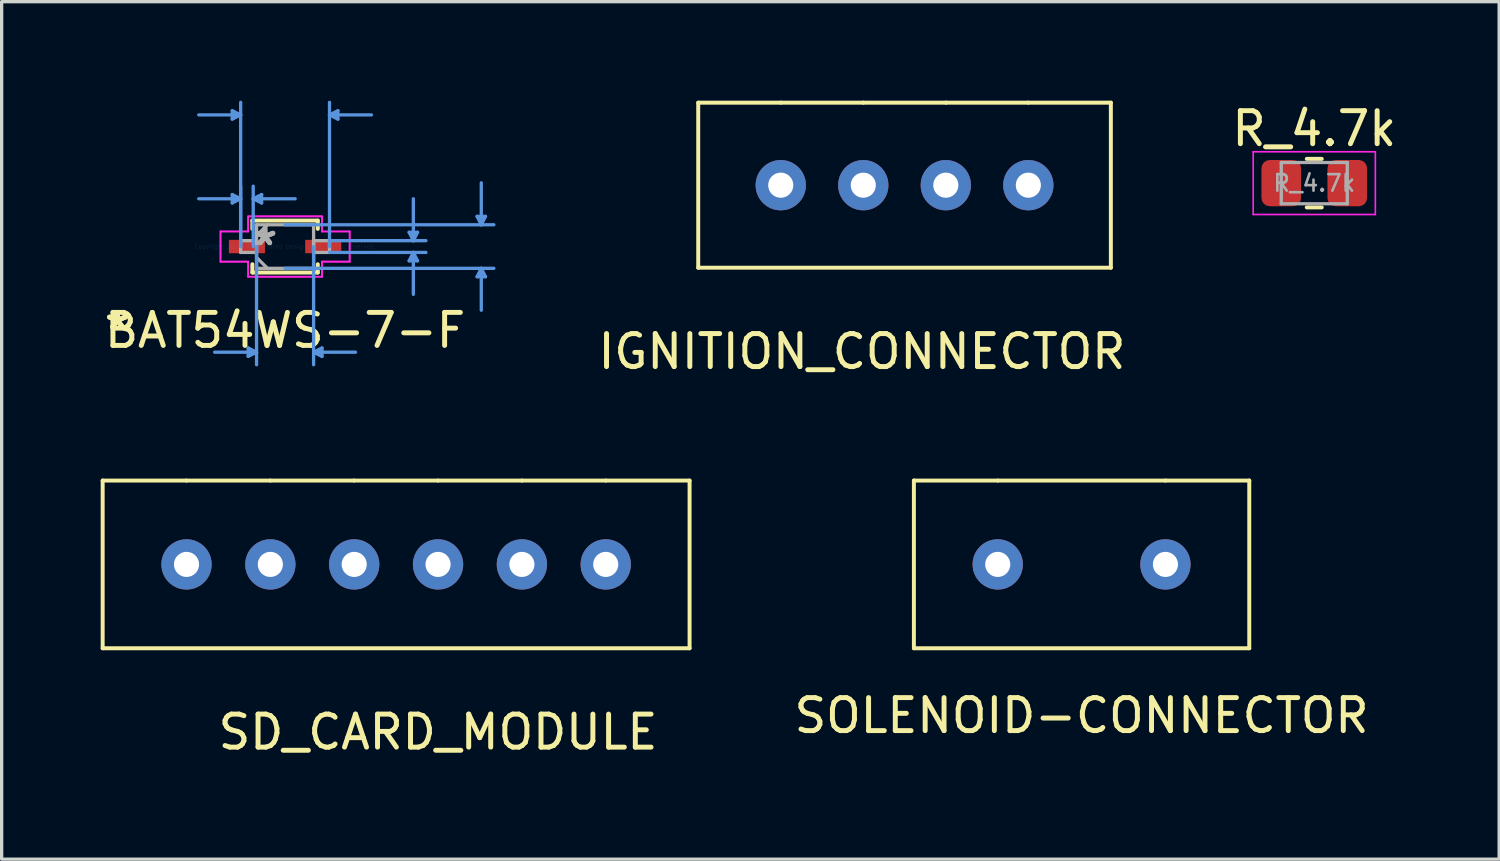
<source format=kicad_pcb>
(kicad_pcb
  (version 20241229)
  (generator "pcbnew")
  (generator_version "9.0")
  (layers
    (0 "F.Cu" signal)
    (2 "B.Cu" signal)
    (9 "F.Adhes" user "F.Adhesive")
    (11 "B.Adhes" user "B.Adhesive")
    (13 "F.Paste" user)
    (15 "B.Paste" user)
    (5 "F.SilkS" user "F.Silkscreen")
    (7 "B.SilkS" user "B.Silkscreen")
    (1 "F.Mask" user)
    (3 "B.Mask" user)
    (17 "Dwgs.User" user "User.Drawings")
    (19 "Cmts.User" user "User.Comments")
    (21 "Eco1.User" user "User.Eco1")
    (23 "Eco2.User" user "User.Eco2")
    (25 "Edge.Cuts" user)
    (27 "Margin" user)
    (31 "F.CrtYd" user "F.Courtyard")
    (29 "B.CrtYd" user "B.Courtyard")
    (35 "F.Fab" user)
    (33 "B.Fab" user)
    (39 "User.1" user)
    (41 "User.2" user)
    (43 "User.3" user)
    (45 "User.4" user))
  (footprint "SOLENOID-CONNECTOR"
    (layer "F.Cu")
    (at 34.795 19.128)
    (property "Reference" "SOLENOID-CONNECTOR" (at -5.08 -0.5 0) (unlocked yes) (layer "F.SilkS") (effects (font (size 1 1) (thickness 0.15))))
    (attr through_hole)
    (fp_line (start -10.16 -7.62) (end -7.62 -7.62) (stroke (width 0.12) (type solid)) (layer "F.SilkS"))
    (fp_line (start -10.16 -2.54) (end -10.16 -7.62) (stroke (width 0.12) (type solid)) (layer "F.SilkS"))
    (fp_line (start -7.62 -7.62) (end -2.54 -7.62) (stroke (width 0.12) (type solid)) (layer "F.SilkS"))
    (fp_line (start -2.54 -7.62) (end 0 -7.62) (stroke (width 0.12) (type solid)) (layer "F.SilkS"))
    (fp_line (start 0 -7.62) (end 0 -2.54) (stroke (width 0.12) (type solid)) (layer "F.SilkS"))
    (fp_line (start 0 -2.54) (end -10.16 -2.54) (stroke (width 0.12) (type solid)) (layer "F.SilkS"))
    (pad "1" thru_hole circle (at -7.62 -5.08) (size 1.524 1.524) (drill 0.762) (layers "*.Cu" "*.Mask"))
    (pad "2" thru_hole circle (at -2.54 -5.08) (size 1.524 1.524) (drill 0.762) (layers "*.Cu" "*.Mask")))
  (footprint "R_4.7k"
    (layer "F.Cu")
    (at 36.764 2.498)
    (property "Reference" "R_4.7k" (at 0 -1.65 0) (layer "F.SilkS") (effects (font (size 1 1) (thickness 0.15))))
    (attr smd)
    (fp_line (start -0.227 -0.735) (end 0.227 -0.735) (stroke (width 0.12) (type solid)) (layer "F.SilkS"))
    (fp_line (start -0.227 0.735) (end 0.227 0.735) (stroke (width 0.12) (type solid)) (layer "F.SilkS"))
    (fp_line (start -1.85 -0.95) (end 1.85 -0.95) (stroke (width 0.05) (type solid)) (layer "F.CrtYd"))
    (fp_line (start -1.85 0.95) (end -1.85 -0.95) (stroke (width 0.05) (type solid)) (layer "F.CrtYd"))
    (fp_line (start 1.85 -0.95) (end 1.85 0.95) (stroke (width 0.05) (type solid)) (layer "F.CrtYd"))
    (fp_line (start 1.85 0.95) (end -1.85 0.95) (stroke (width 0.05) (type solid)) (layer "F.CrtYd"))
    (fp_line (start -1 -0.625) (end 1 -0.625) (stroke (width 0.1) (type solid)) (layer "F.Fab"))
    (fp_line (start -1 0.625) (end -1 -0.625) (stroke (width 0.1) (type solid)) (layer "F.Fab"))
    (fp_line (start 1 -0.625) (end 1 0.625) (stroke (width 0.1) (type solid)) (layer "F.Fab"))
    (fp_line (start 1 0.625) (end -1 0.625) (stroke (width 0.1) (type solid)) (layer "F.Fab"))
    (fp_text user "${REFERENCE}" (at 0 0 0) (layer "F.Fab") (effects (font (size 0.5 0.5) (thickness 0.08))))
    (pad "1" smd roundrect (at -1 0) (size 1.2 1.4) (layers "F.Cu" "F.Mask" "F.Paste") (roundrect_rratio 0.208))
    (pad "2" smd roundrect (at 1 0) (size 1.2 1.4) (layers "F.Cu" "F.Mask" "F.Paste") (roundrect_rratio 0.208)))
  (footprint "IGNITION_CONNECTOR"
    (layer "F.Cu")
    (at 25.602 5.06)
    (property "Reference" "IGNITION_CONNECTOR" (at -2.54 2.54 0) (unlocked yes) (layer "F.SilkS") (effects (font (size 1 1) (thickness 0.15))))
    (attr through_hole)
    (fp_line (start -7.5 -5) (end -5 -5) (stroke (width 0.12) (type solid)) (layer "F.SilkS"))
    (fp_line (start -7.5 0) (end -7.5 -5) (stroke (width 0.12) (type solid)) (layer "F.SilkS"))
    (fp_line (start -5 -5) (end -2.5 -5) (stroke (width 0.12) (type solid)) (layer "F.SilkS"))
    (fp_line (start -2.5 -5) (end 0 -5) (stroke (width 0.12) (type solid)) (layer "F.SilkS"))
    (fp_line (start 0 -5) (end 2.5 -5) (stroke (width 0.12) (type solid)) (layer "F.SilkS"))
    (fp_line (start 2.5 -5) (end 5 -5) (stroke (width 0.12) (type solid)) (layer "F.SilkS"))
    (fp_line (start 5 -5) (end 5 0) (stroke (width 0.12) (type solid)) (layer "F.SilkS"))
    (fp_line (start 5 0) (end -7.5 0) (stroke (width 0.12) (type solid)) (layer "F.SilkS"))
    (pad "1" thru_hole circle (at -5 -2.5) (size 1.524 1.524) (drill 0.762) (layers "*.Cu" "*.Mask"))
    (pad "2" thru_hole circle (at -2.5 -2.5) (size 1.524 1.524) (drill 0.762) (layers "*.Cu" "*.Mask"))
    (pad "3" thru_hole circle (at 0 -2.5) (size 1.524 1.524) (drill 0.762) (layers "*.Cu" "*.Mask"))
    (pad "4" thru_hole circle (at 2.5 -2.5) (size 1.524 1.524) (drill 0.762) (layers "*.Cu" "*.Mask")))
  (footprint "SD_CARD_MODULE"
    (layer "F.Cu")
    (at 10.22 16.588)
    (property "Reference" "SD_CARD_MODULE" (at 0 2.54 0) (unlocked yes) (layer "F.SilkS") (effects (font (size 1 1) (thickness 0.15))))
    (attr through_hole)
    (fp_line (start -10.16 -5.08) (end -10.16 0) (stroke (width 0.12) (type solid)) (layer "F.SilkS"))
    (fp_line (start -10.16 0) (end 7.62 0) (stroke (width 0.12) (type solid)) (layer "F.SilkS"))
    (fp_line (start -7.62 -5.08) (end -10.16 -5.08) (stroke (width 0.12) (type solid)) (layer "F.SilkS"))
    (fp_line (start -7.62 -5.08) (end -5.08 -5.08) (stroke (width 0.12) (type solid)) (layer "F.SilkS"))
    (fp_line (start -5.08 -5.08) (end -2.54 -5.08) (stroke (width 0.12) (type solid)) (layer "F.SilkS"))
    (fp_line (start -2.54 -5.08) (end 0 -5.08) (stroke (width 0.12) (type solid)) (layer "F.SilkS"))
    (fp_line (start 0 -5.08) (end 2.54 -5.08) (stroke (width 0.12) (type solid)) (layer "F.SilkS"))
    (fp_line (start 2.54 -5.08) (end 5.08 -5.08) (stroke (width 0.12) (type solid)) (layer "F.SilkS"))
    (fp_line (start 5.08 -5.08) (end 7.62 -5.08) (stroke (width 0.12) (type solid)) (layer "F.SilkS"))
    (fp_line (start 7.62 0) (end 7.62 -5.08) (stroke (width 0.12) (type solid)) (layer "F.SilkS"))
    (pad "1" thru_hole circle (at -7.62 -2.54) (size 1.524 1.524) (drill 0.762) (layers "*.Cu" "*.Mask"))
    (pad "2" thru_hole circle (at -5.08 -2.54) (size 1.524 1.524) (drill 0.762) (layers "*.Cu" "*.Mask"))
    (pad "3" thru_hole circle (at -2.54 -2.54) (size 1.524 1.524) (drill 0.762) (layers "*.Cu" "*.Mask"))
    (pad "4" thru_hole circle (at 0 -2.54) (size 1.524 1.524) (drill 0.762) (layers "*.Cu" "*.Mask"))
    (pad "5" thru_hole circle (at 2.54 -2.54) (size 1.524 1.524) (drill 0.762) (layers "*.Cu" "*.Mask"))
    (pad "6" thru_hole circle (at 5.08 -2.54) (size 1.524 1.524) (drill 0.762) (layers "*.Cu" "*.Mask")))
  (footprint "BAT54WS-7-F"
    (layer "F.Cu")
    (at 5.586 4.419)
    (property "Reference" "BAT54WS-7-F" (at 0 2.54 0) (layer "F.SilkS") (effects (font (size 1 1) (thickness 0.15))))
    (attr through_hole)
    (fp_line (start -0.991 -0.787) (end -0.991 -0.536) (stroke (width 0.12) (type solid)) (layer "F.SilkS"))
    (fp_line (start -0.991 0.536) (end -0.991 0.787) (stroke (width 0.12) (type solid)) (layer "F.SilkS"))
    (fp_line (start -0.991 0.787) (end 0.991 0.787) (stroke (width 0.12) (type solid)) (layer "F.SilkS"))
    (fp_line (start 0.991 -0.787) (end -0.991 -0.787) (stroke (width 0.12) (type solid)) (layer "F.SilkS"))
    (fp_line (start 0.991 -0.536) (end 0.991 -0.787) (stroke (width 0.12) (type solid)) (layer "F.SilkS"))
    (fp_line (start 0.991 0.787) (end 0.991 0.536) (stroke (width 0.12) (type solid)) (layer "F.SilkS"))
    (fp_line (start -1.6 -4.115) (end -1.6 -3.861) (stroke (width 0.1) (type solid)) (layer "Cmts.User"))
    (fp_line (start -1.6 -1.575) (end -1.6 -1.321) (stroke (width 0.1) (type solid)) (layer "Cmts.User"))
    (fp_line (start -1.346 -3.988) (end -2.616 -3.988) (stroke (width 0.1) (type solid)) (layer "Cmts.User"))
    (fp_line (start -1.346 -3.988) (end -1.6 -4.115) (stroke (width 0.1) (type solid)) (layer "Cmts.User"))
    (fp_line (start -1.346 -3.988) (end -1.6 -3.861) (stroke (width 0.1) (type solid)) (layer "Cmts.User"))
    (fp_line (start -1.346 -1.448) (end -2.616 -1.448) (stroke (width 0.1) (type solid)) (layer "Cmts.User"))
    (fp_line (start -1.346 -1.448) (end -1.6 -1.575) (stroke (width 0.1) (type solid)) (layer "Cmts.User"))
    (fp_line (start -1.346 -1.448) (end -1.6 -1.321) (stroke (width 0.1) (type solid)) (layer "Cmts.User"))
    (fp_line (start -1.346 0) (end -1.346 -4.369) (stroke (width 0.1) (type solid)) (layer "Cmts.User"))
    (fp_line (start -1.346 0) (end -1.346 -1.829) (stroke (width 0.1) (type solid)) (layer "Cmts.User"))
    (fp_line (start -1.118 3.073) (end -1.118 3.327) (stroke (width 0.1) (type solid)) (layer "Cmts.User"))
    (fp_line (start -0.965 -1.448) (end -0.711 -1.575) (stroke (width 0.1) (type solid)) (layer "Cmts.User"))
    (fp_line (start -0.965 -1.448) (end -0.711 -1.321) (stroke (width 0.1) (type solid)) (layer "Cmts.User"))
    (fp_line (start -0.965 -1.448) (end 0.305 -1.448) (stroke (width 0.1) (type solid)) (layer "Cmts.User"))
    (fp_line (start -0.965 0) (end -0.965 -1.829) (stroke (width 0.1) (type solid)) (layer "Cmts.User"))
    (fp_line (start -0.864 0) (end -0.864 3.581) (stroke (width 0.1) (type solid)) (layer "Cmts.User"))
    (fp_line (start -0.864 3.2) (end -2.134 3.2) (stroke (width 0.1) (type solid)) (layer "Cmts.User"))
    (fp_line (start -0.864 3.2) (end -1.118 3.073) (stroke (width 0.1) (type solid)) (layer "Cmts.User"))
    (fp_line (start -0.864 3.2) (end -1.118 3.327) (stroke (width 0.1) (type solid)) (layer "Cmts.User"))
    (fp_line (start -0.711 -1.575) (end -0.711 -1.321) (stroke (width 0.1) (type solid)) (layer "Cmts.User"))
    (fp_line (start 0 -0.66) (end 6.325 -0.66) (stroke (width 0.1) (type solid)) (layer "Cmts.User"))
    (fp_line (start 0 0.66) (end 6.325 0.66) (stroke (width 0.1) (type solid)) (layer "Cmts.User"))
    (fp_line (start 0.864 0) (end 0.864 3.581) (stroke (width 0.1) (type solid)) (layer "Cmts.User"))
    (fp_line (start 0.864 3.2) (end 1.118 3.073) (stroke (width 0.1) (type solid)) (layer "Cmts.User"))
    (fp_line (start 0.864 3.2) (end 1.118 3.327) (stroke (width 0.1) (type solid)) (layer "Cmts.User"))
    (fp_line (start 0.864 3.2) (end 2.134 3.2) (stroke (width 0.1) (type solid)) (layer "Cmts.User"))
    (fp_line (start 1.118 3.073) (end 1.118 3.327) (stroke (width 0.1) (type solid)) (layer "Cmts.User"))
    (fp_line (start 1.346 -3.988) (end 1.6 -4.115) (stroke (width 0.1) (type solid)) (layer "Cmts.User"))
    (fp_line (start 1.346 -3.988) (end 1.6 -3.861) (stroke (width 0.1) (type solid)) (layer "Cmts.User"))
    (fp_line (start 1.346 -3.988) (end 2.616 -3.988) (stroke (width 0.1) (type solid)) (layer "Cmts.User"))
    (fp_line (start 1.346 -0.178) (end 4.267 -0.178) (stroke (width 0.1) (type solid)) (layer "Cmts.User"))
    (fp_line (start 1.346 0) (end 1.346 -4.369) (stroke (width 0.1) (type solid)) (layer "Cmts.User"))
    (fp_line (start 1.346 0.178) (end 4.267 0.178) (stroke (width 0.1) (type solid)) (layer "Cmts.User"))
    (fp_line (start 1.6 -4.115) (end 1.6 -3.861) (stroke (width 0.1) (type solid)) (layer "Cmts.User"))
    (fp_line (start 3.759 -0.432) (end 4.013 -0.432) (stroke (width 0.1) (type solid)) (layer "Cmts.User"))
    (fp_line (start 3.759 0.432) (end 4.013 0.432) (stroke (width 0.1) (type solid)) (layer "Cmts.User"))
    (fp_line (start 3.886 -0.178) (end 3.759 -0.432) (stroke (width 0.1) (type solid)) (layer "Cmts.User"))
    (fp_line (start 3.886 -0.178) (end 3.886 -1.448) (stroke (width 0.1) (type solid)) (layer "Cmts.User"))
    (fp_line (start 3.886 -0.178) (end 4.013 -0.432) (stroke (width 0.1) (type solid)) (layer "Cmts.User"))
    (fp_line (start 3.886 0.178) (end 3.759 0.432) (stroke (width 0.1) (type solid)) (layer "Cmts.User"))
    (fp_line (start 3.886 0.178) (end 3.886 1.448) (stroke (width 0.1) (type solid)) (layer "Cmts.User"))
    (fp_line (start 3.886 0.178) (end 4.013 0.432) (stroke (width 0.1) (type solid)) (layer "Cmts.User"))
    (fp_line (start 5.817 -0.914) (end 6.071 -0.914) (stroke (width 0.1) (type solid)) (layer "Cmts.User"))
    (fp_line (start 5.817 0.914) (end 6.071 0.914) (stroke (width 0.1) (type solid)) (layer "Cmts.User"))
    (fp_line (start 5.944 -0.66) (end 5.817 -0.914) (stroke (width 0.1) (type solid)) (layer "Cmts.User"))
    (fp_line (start 5.944 -0.66) (end 5.944 -1.93) (stroke (width 0.1) (type solid)) (layer "Cmts.User"))
    (fp_line (start 5.944 -0.66) (end 6.071 -0.914) (stroke (width 0.1) (type solid)) (layer "Cmts.User"))
    (fp_line (start 5.944 0.66) (end 5.817 0.914) (stroke (width 0.1) (type solid)) (layer "Cmts.User"))
    (fp_line (start 5.944 0.66) (end 5.944 1.93) (stroke (width 0.1) (type solid)) (layer "Cmts.User"))
    (fp_line (start 5.944 0.66) (end 6.071 0.914) (stroke (width 0.1) (type solid)) (layer "Cmts.User"))
    (fp_line (start -1.956 -0.457) (end -1.118 -0.457) (stroke (width 0.05) (type solid)) (layer "F.CrtYd"))
    (fp_line (start -1.956 -0.457) (end -1.118 -0.457) (stroke (width 0.05) (type solid)) (layer "F.CrtYd"))
    (fp_line (start -1.956 0.457) (end -1.956 -0.457) (stroke (width 0.05) (type solid)) (layer "F.CrtYd"))
    (fp_line (start -1.956 0.457) (end -1.956 -0.457) (stroke (width 0.05) (type solid)) (layer "F.CrtYd"))
    (fp_line (start -1.118 -0.914) (end 1.118 -0.914) (stroke (width 0.05) (type solid)) (layer "F.CrtYd"))
    (fp_line (start -1.118 -0.914) (end 1.118 -0.914) (stroke (width 0.05) (type solid)) (layer "F.CrtYd"))
    (fp_line (start -1.118 -0.457) (end -1.118 -0.914) (stroke (width 0.05) (type solid)) (layer "F.CrtYd"))
    (fp_line (start -1.118 -0.457) (end -1.118 -0.914) (stroke (width 0.05) (type solid)) (layer "F.CrtYd"))
    (fp_line (start -1.118 0.457) (end -1.956 0.457) (stroke (width 0.05) (type solid)) (layer "F.CrtYd"))
    (fp_line (start -1.118 0.457) (end -1.956 0.457) (stroke (width 0.05) (type solid)) (layer "F.CrtYd"))
    (fp_line (start -1.118 0.914) (end -1.118 0.457) (stroke (width 0.05) (type solid)) (layer "F.CrtYd"))
    (fp_line (start -1.118 0.914) (end -1.118 0.457) (stroke (width 0.05) (type solid)) (layer "F.CrtYd"))
    (fp_line (start 1.118 -0.914) (end 1.118 -0.457) (stroke (width 0.05) (type solid)) (layer "F.CrtYd"))
    (fp_line (start 1.118 -0.914) (end 1.118 -0.457) (stroke (width 0.05) (type solid)) (layer "F.CrtYd"))
    (fp_line (start 1.118 -0.457) (end 1.956 -0.457) (stroke (width 0.05) (type solid)) (layer "F.CrtYd"))
    (fp_line (start 1.118 -0.457) (end 1.956 -0.457) (stroke (width 0.05) (type solid)) (layer "F.CrtYd"))
    (fp_line (start 1.118 0.457) (end 1.118 0.914) (stroke (width 0.05) (type solid)) (layer "F.CrtYd"))
    (fp_line (start 1.118 0.457) (end 1.118 0.914) (stroke (width 0.05) (type solid)) (layer "F.CrtYd"))
    (fp_line (start 1.118 0.914) (end -1.118 0.914) (stroke (width 0.05) (type solid)) (layer "F.CrtYd"))
    (fp_line (start 1.118 0.914) (end -1.118 0.914) (stroke (width 0.05) (type solid)) (layer "F.CrtYd"))
    (fp_line (start 1.956 -0.457) (end 1.956 0.457) (stroke (width 0.05) (type solid)) (layer "F.CrtYd"))
    (fp_line (start 1.956 -0.457) (end 1.956 0.457) (stroke (width 0.05) (type solid)) (layer "F.CrtYd"))
    (fp_line (start 1.956 0.457) (end 1.118 0.457) (stroke (width 0.05) (type solid)) (layer "F.CrtYd"))
    (fp_line (start 1.956 0.457) (end 1.118 0.457) (stroke (width 0.05) (type solid)) (layer "F.CrtYd"))
    (fp_line (start -1.346 -0.178) (end -1.346 0.178) (stroke (width 0.1) (type solid)) (layer "F.Fab"))
    (fp_line (start -1.346 0.178) (end -0.864 0.178) (stroke (width 0.1) (type solid)) (layer "F.Fab"))
    (fp_line (start -0.864 -0.66) (end -0.864 0.66) (stroke (width 0.1) (type solid)) (layer "F.Fab"))
    (fp_line (start -0.864 -0.33) (end -0.533 -0.66) (stroke (width 0.1) (type solid)) (layer "F.Fab"))
    (fp_line (start -0.864 -0.178) (end -1.346 -0.178) (stroke (width 0.1) (type solid)) (layer "F.Fab"))
    (fp_line (start -0.864 0.178) (end -0.864 -0.178) (stroke (width 0.1) (type solid)) (layer "F.Fab"))
    (fp_line (start -0.864 0.33) (end -0.533 0.66) (stroke (width 0.1) (type solid)) (layer "F.Fab"))
    (fp_line (start -0.864 0.66) (end 0.864 0.66) (stroke (width 0.1) (type solid)) (layer "F.Fab"))
    (fp_line (start 0.864 -0.66) (end -0.864 -0.66) (stroke (width 0.1) (type solid)) (layer "F.Fab"))
    (fp_line (start 0.864 -0.178) (end 0.864 0.178) (stroke (width 0.1) (type solid)) (layer "F.Fab"))
    (fp_line (start 0.864 0.178) (end 1.346 0.178) (stroke (width 0.1) (type solid)) (layer "F.Fab"))
    (fp_line (start 0.864 0.66) (end 0.864 -0.66) (stroke (width 0.1) (type solid)) (layer "F.Fab"))
    (fp_line (start 1.346 -0.178) (end 0.864 -0.178) (stroke (width 0.1) (type solid)) (layer "F.Fab"))
    (fp_line (start 1.346 0.178) (end 1.346 -0.178) (stroke (width 0.1) (type solid)) (layer "F.Fab"))
    (fp_text user "*" (at -5.08 2.54 0) (layer "F.SilkS") (effects (font (size 1 1) (thickness 0.15))))
    (fp_text user "*" (at -5.08 2.54 0) (layer "F.SilkS") (effects (font (size 1 1) (thickness 0.15))))
    (fp_text user "Copyright 2021 Accelerated Designs. All rights reserved." (at 0 0 0) (layer "Cmts.User") (effects (font (size 0.127 0.127) (thickness 0.002))))
    (fp_text user "*" (at -0.61 0 0) (layer "F.Fab") (effects (font (size 1 1) (thickness 0.15))))
    (fp_text user "*" (at -0.61 0 0) (layer "F.Fab") (effects (font (size 1 1) (thickness 0.15))))
    (pad "1" smd rect (at -1.156 0) (size 1.092 0.406) (layers "F.Cu" "F.Mask" "F.Paste"))
    (pad "2" smd rect (at 1.156 0) (size 1.092 0.406) (layers "F.Cu" "F.Mask" "F.Paste")))
  (gr_rect
    (start -3 -3)
    (end 42.365 22.977)
    (stroke (width 0.1) (type default))
    (fill no)
    (layer "Edge.Cuts")))
</source>
